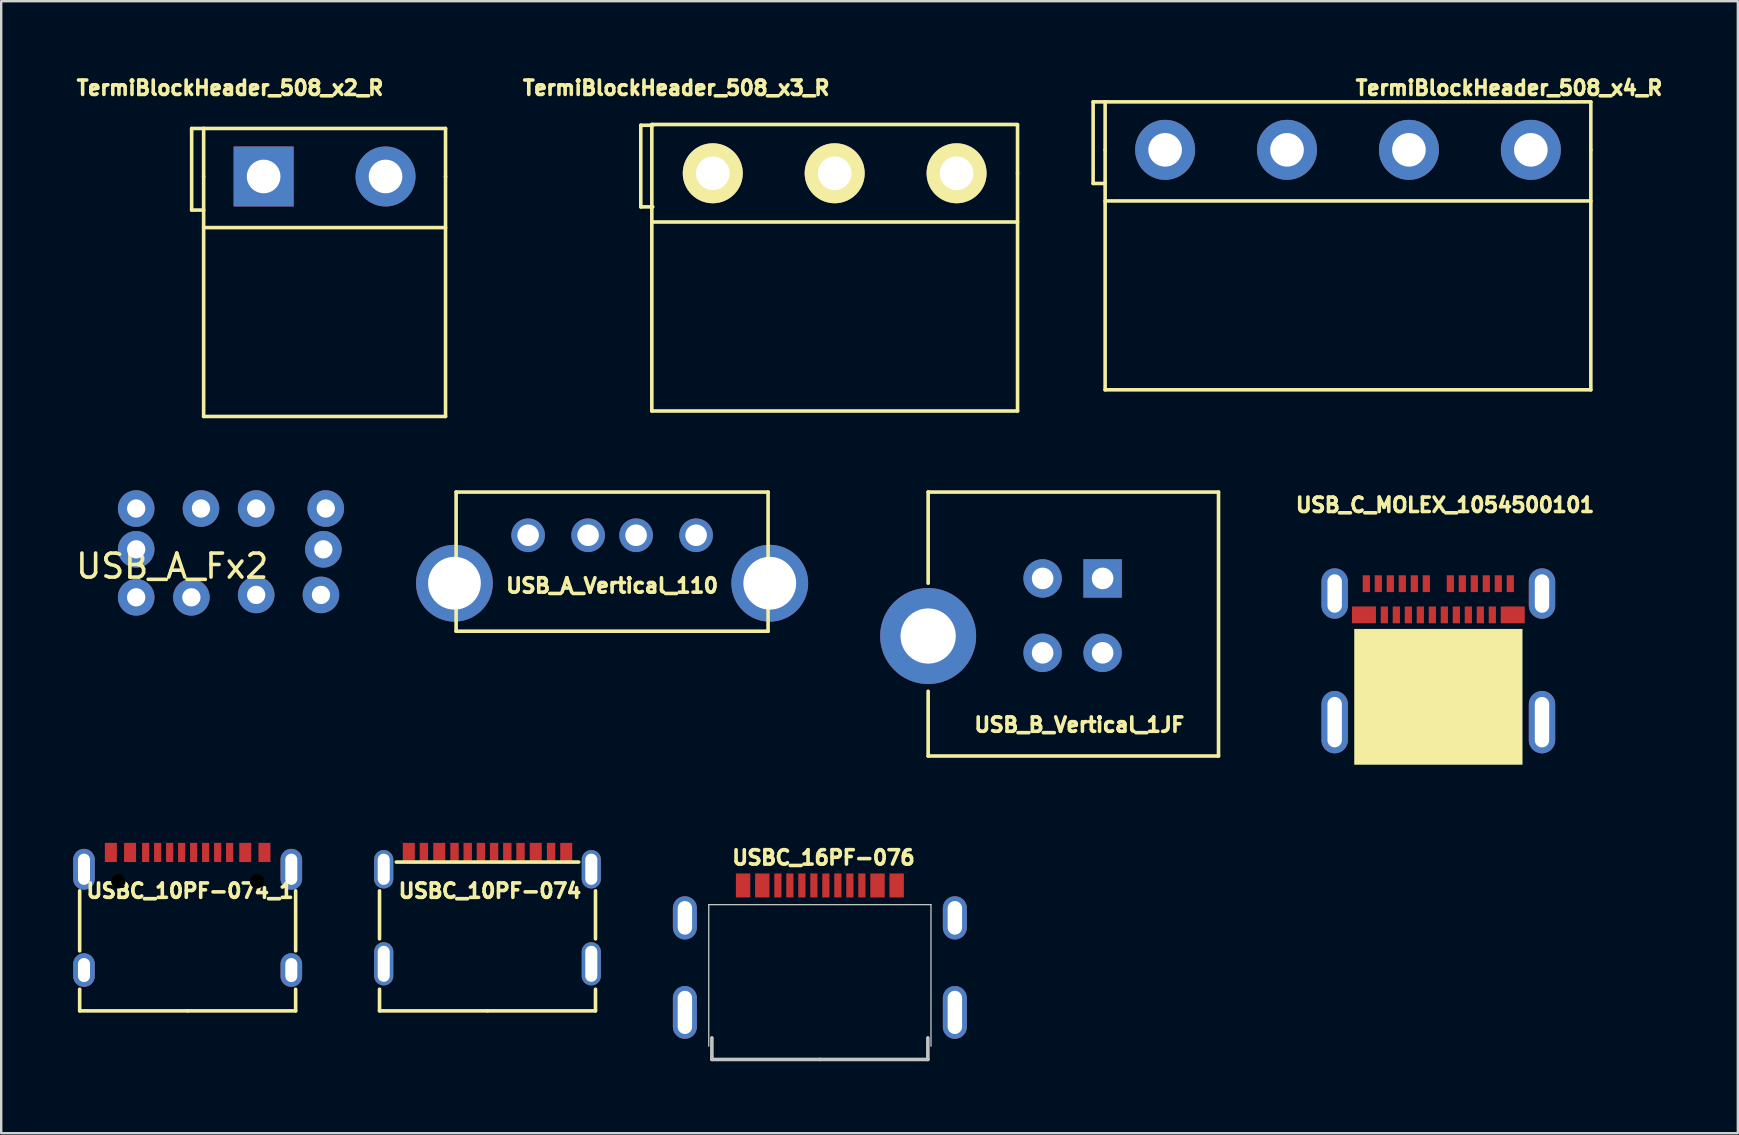
<source format=kicad_pcb>
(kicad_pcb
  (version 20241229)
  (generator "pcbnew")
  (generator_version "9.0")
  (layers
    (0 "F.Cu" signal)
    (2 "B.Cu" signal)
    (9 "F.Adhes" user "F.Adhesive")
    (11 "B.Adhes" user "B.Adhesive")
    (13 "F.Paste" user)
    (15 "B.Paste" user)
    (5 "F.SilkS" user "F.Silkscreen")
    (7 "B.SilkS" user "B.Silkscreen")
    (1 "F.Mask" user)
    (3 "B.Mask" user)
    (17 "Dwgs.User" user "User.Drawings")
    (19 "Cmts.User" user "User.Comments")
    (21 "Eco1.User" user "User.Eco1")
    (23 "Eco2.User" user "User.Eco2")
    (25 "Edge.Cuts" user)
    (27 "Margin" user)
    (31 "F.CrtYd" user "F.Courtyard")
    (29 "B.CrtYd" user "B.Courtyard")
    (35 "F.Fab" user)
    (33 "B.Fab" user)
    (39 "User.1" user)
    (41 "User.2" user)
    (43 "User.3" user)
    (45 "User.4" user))
  (footprint "USBC_10PF-074_1"
    (layer "F.Cu")
    (at 4.77 33.173)
    (property "Reference" "USBC_10PF-074_1" (at 0.1 0.9 0) (unlocked yes) (layer "F.SilkS") (effects (font (size 0.6 0.6) (thickness 0.15))))
    (fp_line (start -4.5 3.4) (end -4.5 0.9) (stroke (width 0.15) (type solid)) (layer "F.SilkS"))
    (fp_line (start -4.5 5.9) (end -4.5 5) (stroke (width 0.15) (type solid)) (layer "F.SilkS"))
    (fp_line (start 0 5.9) (end -4.5 5.9) (stroke (width 0.15) (type solid)) (layer "F.SilkS"))
    (fp_line (start 4.5 3.4) (end 4.5 0.9) (stroke (width 0.15) (type solid)) (layer "F.SilkS"))
    (fp_line (start 4.5 5.9) (end 0 5.9) (stroke (width 0.15) (type solid)) (layer "F.SilkS"))
    (fp_line (start 4.5 5.9) (end 4.5 5) (stroke (width 0.15) (type solid)) (layer "F.SilkS"))
    (pad "" np_thru_hole circle (at -2.89 0.5) (size 1 1) (drill 0.6) (layers "*.Mask"))
    (pad "" np_thru_hole circle (at 2.89 0.5) (size 1 1) (drill 0.6) (layers "*.Mask"))
    (pad "A1B12" smd rect (at -3.2 -0.7) (size 0.5 0.8) (layers "F.Cu" "F.Mask" "F.Paste"))
    (pad "A4B9" smd rect (at -2.4 -0.7) (size 0.5 0.8) (layers "F.Cu" "F.Mask" "F.Paste"))
    (pad "A5" smd rect (at -1.25 -0.7) (size 0.3 0.8) (layers "F.Cu" "F.Mask" "F.Paste"))
    (pad "A6" smd rect (at -0.25 -0.7) (size 0.3 0.8) (layers "F.Cu" "F.Mask" "F.Paste"))
    (pad "A7" smd rect (at 0.25 -0.7) (size 0.3 0.8) (layers "F.Cu" "F.Mask" "F.Paste"))
    (pad "A8" smd rect (at 1.25 -0.7) (size 0.3 0.8) (layers "F.Cu" "F.Mask" "F.Paste"))
    (pad "B1A12" smd rect (at 3.2 -0.7) (size 0.5 0.8) (layers "F.Cu" "F.Mask" "F.Paste"))
    (pad "B4A9" smd rect (at 2.4 -0.7) (size 0.5 0.8) (layers "F.Cu" "F.Mask" "F.Paste"))
    (pad "B5" smd rect (at 1.75 -0.7) (size 0.3 0.8) (layers "F.Cu" "F.Mask" "F.Paste"))
    (pad "B6" smd rect (at 0.75 -0.7) (size 0.3 0.8) (layers "F.Cu" "F.Mask" "F.Paste"))
    (pad "B7" smd rect (at -0.75 -0.7) (size 0.3 0.8) (layers "F.Cu" "F.Mask" "F.Paste"))
    (pad "B8" smd rect (at -1.75 -0.7) (size 0.3 0.8) (layers "F.Cu" "F.Mask" "F.Paste"))
    (pad "SHLD1" thru_hole oval (at -4.32 4.2) (size 0.9 1.4) (drill oval 0.5 1) (layers "*.Cu" "*.Mask"))
    (pad "SHLD2" thru_hole oval (at -4.32 0) (size 0.9 1.7) (drill oval 0.5 1.3) (layers "*.Cu" "*.Mask"))
    (pad "SHLD3" thru_hole oval (at 4.32 0) (size 0.9 1.7) (drill oval 0.5 1.3) (layers "*.Cu" "*.Mask"))
    (pad "SHLD4" thru_hole oval (at 4.32 4.2) (size 0.9 1.4) (drill oval 0.5 1) (layers "*.Cu" "*.Mask")))
  (footprint "TermiBlockHeader_508_x3_R"
    (layer "F.Cu")
    (at 34.272 4.17)
    (property "Reference" "TermiBlockHeader_508_x3_R" (at -9.144 -3.556 0) (layer "F.SilkS") (effects (font (size 0.6 0.6) (thickness 0.15))))
    (attr through_hole)
    (fp_line (start -10.62 -2) (end -10.62 1.4) (stroke (width 0.15) (type solid)) (layer "F.SilkS"))
    (fp_line (start -10.62 1.4) (end -10.12 1.4) (stroke (width 0.15) (type solid)) (layer "F.SilkS"))
    (fp_line (start -10.16 -2.032) (end 5.08 -2.032) (stroke (width 0.15) (type solid)) (layer "F.SilkS"))
    (fp_line (start -10.16 9.906) (end -10.16 -2.032) (stroke (width 0.15) (type solid)) (layer "F.SilkS"))
    (fp_line (start -10.12 -2) (end -10.62 -2) (stroke (width 0.15) (type solid)) (layer "F.SilkS"))
    (fp_line (start 5.08 -2) (end 5.08 0) (stroke (width 0.15) (type solid)) (layer "F.SilkS"))
    (fp_line (start 5.08 2.032) (end -10.16 2.032) (stroke (width 0.15) (type solid)) (layer "F.SilkS"))
    (fp_line (start 5.08 9.906) (end -10.16 9.906) (stroke (width 0.15) (type solid)) (layer "F.SilkS"))
    (fp_line (start 5.08 9.906) (end 5.08 0) (stroke (width 0.15) (type solid)) (layer "F.SilkS"))
    (pad "1" thru_hole circle (at -7.62 0) (size 2.5 2.5) (drill 1.4) (layers "*.Cu" "*.Mask" "F.SilkS"))
    (pad "2" thru_hole circle (at -2.54 0) (size 2.5 2.5) (drill 1.4) (layers "*.Cu" "*.Mask" "F.SilkS"))
    (pad "3" thru_hole circle (at 2.54 0) (size 2.5 2.5) (drill 1.4) (layers "*.Cu" "*.Mask" "F.SilkS")))
  (footprint "USB_A_Vertical_110"
    (layer "F.Cu")
    (at 22.457 21.254)
    (property "Reference" "USB_A_Vertical_110" (at 0 0.1 0) (layer "F.SilkS") (effects (font (size 0.6 0.6) (thickness 0.15))))
    (attr through_hole)
    (fp_line (start -6.5 -3.8) (end 6.5 -3.8) (stroke (width 0.15) (type solid)) (layer "F.SilkS"))
    (fp_line (start -6.5 2) (end -6.5 -3.8) (stroke (width 0.15) (type solid)) (layer "F.SilkS"))
    (fp_line (start 6.5 -3.8) (end 6.5 2) (stroke (width 0.15) (type solid)) (layer "F.SilkS"))
    (fp_line (start 6.5 2) (end -6.5 2) (stroke (width 0.15) (type solid)) (layer "F.SilkS"))
    (pad "1" thru_hole circle (at -3.5 -2) (size 1.4 1.4) (drill 0.9) (layers "*.Cu" "*.Mask"))
    (pad "2" thru_hole circle (at -1 -2) (size 1.4 1.4) (drill 0.9) (layers "*.Cu" "*.Mask"))
    (pad "3" thru_hole circle (at 1 -2) (size 1.4 1.4) (drill 0.9) (layers "*.Cu" "*.Mask"))
    (pad "4" thru_hole circle (at 3.5 -2) (size 1.4 1.4) (drill 0.9) (layers "*.Cu" "*.Mask"))
    (pad "SHLD" thru_hole circle (at -6.57 0) (size 3.2 3.2) (drill 2.2) (layers "*.Cu" "*.Mask"))
    (pad "SHLD" thru_hole circle (at 6.57 0) (size 3.2 3.2) (drill 2.2) (layers "*.Cu" "*.Mask")))
  (footprint "USBC_10PF-074"
    (layer "F.Cu")
    (at 17.265 33.173)
    (property "Reference" "USBC_10PF-074" (at 0.1 0.9 0) (unlocked yes) (layer "F.SilkS") (effects (font (size 0.6 0.6) (thickness 0.15))))
    (fp_line (start -4.5 2.9) (end -4.5 0.9) (stroke (width 0.15) (type solid)) (layer "F.SilkS"))
    (fp_line (start -4.5 5.9) (end -4.5 5) (stroke (width 0.15) (type solid)) (layer "F.SilkS"))
    (fp_line (start -3.8 -0.3) (end 3.8 -0.3) (stroke (width 0.15) (type solid)) (layer "F.SilkS"))
    (fp_line (start 0 5.9) (end -4.5 5.9) (stroke (width 0.15) (type solid)) (layer "F.SilkS"))
    (fp_line (start 4.5 2.9) (end 4.5 0.9) (stroke (width 0.15) (type solid)) (layer "F.SilkS"))
    (fp_line (start 4.5 5.9) (end 0 5.9) (stroke (width 0.15) (type solid)) (layer "F.SilkS"))
    (fp_line (start 4.5 5.9) (end 4.5 5) (stroke (width 0.15) (type solid)) (layer "F.SilkS"))
    (pad "A1B12" smd rect (at -3.28 -0.7) (size 0.5 0.8) (layers "F.Cu" "F.Mask" "F.Paste"))
    (pad "A4B9" smd rect (at -2.01 -0.7) (size 0.5 0.8) (layers "F.Cu" "F.Mask" "F.Paste"))
    (pad "A5" smd rect (at -2.65 -0.7) (size 0.35 0.8) (layers "F.Cu" "F.Mask" "F.Paste"))
    (pad "A6" smd rect (at -1.375 -0.7) (size 0.35 0.8) (layers "F.Cu" "F.Mask" "F.Paste"))
    (pad "A7" smd rect (at 1.375 -0.7) (size 0.35 0.8) (layers "F.Cu" "F.Mask" "F.Paste"))
    (pad "A8" smd rect (at 2.65 -0.7) (size 0.35 0.8) (layers "F.Cu" "F.Mask" "F.Paste"))
    (pad "B1A12" smd rect (at 3.28 -0.7) (size 0.5 0.8) (layers "F.Cu" "F.Mask" "F.Paste"))
    (pad "B4A9" smd rect (at 2.01 -0.7) (size 0.5 0.8) (layers "F.Cu" "F.Mask" "F.Paste"))
    (pad "B5" smd rect (at 0.825 -0.7) (size 0.35 0.8) (layers "F.Cu" "F.Mask" "F.Paste"))
    (pad "B6" smd rect (at 0.275 -0.7) (size 0.35 0.8) (layers "F.Cu" "F.Mask" "F.Paste"))
    (pad "B7" smd rect (at -0.275 -0.7) (size 0.35 0.8) (layers "F.Cu" "F.Mask" "F.Paste"))
    (pad "B8" smd rect (at -0.825 -0.7) (size 0.35 0.8) (layers "F.Cu" "F.Mask" "F.Paste"))
    (pad "SHLD1" thru_hole oval (at -4.325 3.94) (size 0.8 1.8) (drill oval 0.5 1.5) (layers "*.Cu" "*.Mask"))
    (pad "SHLD2" thru_hole oval (at -4.325 0) (size 0.8 1.6) (drill oval 0.5 1.3) (layers "*.Cu" "*.Mask"))
    (pad "SHLD3" thru_hole oval (at 4.325 0) (size 0.8 1.6) (drill oval 0.5 1.3) (layers "*.Cu" "*.Mask"))
    (pad "SHLD4" thru_hole oval (at 4.325 3.94) (size 0.8 1.8) (drill oval 0.5 1.5) (layers "*.Cu" "*.Mask")))
  (footprint "USB_B_Vertical_1JF"
    (layer "F.Cu")
    (at 35.627 23.454)
    (property "Reference" "USB_B_Vertical_1JF" (at 6.3 3.7 0) (layer "F.SilkS") (effects (font (size 0.6 0.6) (thickness 0.15))))
    (attr through_hole)
    (fp_line (start 0 -6) (end 12.1 -6) (stroke (width 0.15) (type solid)) (layer "F.SilkS"))
    (fp_line (start 0 -2.2) (end 0 -6) (stroke (width 0.15) (type solid)) (layer "F.SilkS"))
    (fp_line (start 0 2.3) (end 0 5) (stroke (width 0.15) (type solid)) (layer "F.SilkS"))
    (fp_line (start 0 5) (end 12.1 5) (stroke (width 0.15) (type solid)) (layer "F.SilkS"))
    (fp_line (start 12.1 -6) (end 12.1 5) (stroke (width 0.15) (type solid)) (layer "F.SilkS"))
    (pad "1" thru_hole rect (at 7.27 -2.4) (size 1.6 1.6) (drill 0.9) (layers "*.Cu" "*.Mask"))
    (pad "2" thru_hole circle (at 4.77 -2.4) (size 1.6 1.6) (drill 0.9) (layers "*.Cu" "*.Mask"))
    (pad "3" thru_hole circle (at 4.77 0.7) (size 1.6 1.6) (drill 0.9) (layers "*.Cu" "*.Mask"))
    (pad "4" thru_hole circle (at 7.27 0.7) (size 1.6 1.6) (drill 0.9) (layers "*.Cu" "*.Mask"))
    (pad "SHLD" thru_hole circle (at 0 0) (size 4 4) (drill 2.3) (layers "*.Cu" "*.Mask")))
  (footprint "TermiBlockHeader_508_x4_R"
    (layer "F.Cu")
    (at 53.122 3.194)
    (property "Reference" "TermiBlockHeader_508_x4_R" (at 6.71 -2.58 0) (layer "F.SilkS") (effects (font (size 0.6 0.6) (thickness 0.15))))
    (attr through_hole)
    (fp_line (start -10.62 -2) (end -10.62 1.4) (stroke (width 0.15) (type solid)) (layer "F.SilkS"))
    (fp_line (start -10.62 1.4) (end -10.12 1.4) (stroke (width 0.15) (type solid)) (layer "F.SilkS"))
    (fp_line (start -10.12 -2) (end -10.62 -2) (stroke (width 0.15) (type solid)) (layer "F.SilkS"))
    (fp_line (start -10.12 -2) (end 10.12 -2) (stroke (width 0.15) (type solid)) (layer "F.SilkS"))
    (fp_line (start -10.12 0) (end -10.12 -2) (stroke (width 0.15) (type solid)) (layer "F.SilkS"))
    (fp_line (start -10.12 0) (end -10.12 10) (stroke (width 0.15) (type solid)) (layer "F.SilkS"))
    (fp_line (start -10.12 2.13) (end 10.12 2.13) (stroke (width 0.15) (type solid)) (layer "F.SilkS"))
    (fp_line (start -10.12 10) (end 10.12 10) (stroke (width 0.15) (type solid)) (layer "F.SilkS"))
    (fp_line (start 10.12 -2) (end 10.12 0) (stroke (width 0.15) (type solid)) (layer "F.SilkS"))
    (fp_line (start 10.12 10) (end 10.12 0) (stroke (width 0.15) (type solid)) (layer "F.SilkS"))
    (pad "1" thru_hole circle (at -7.62 0) (size 2.5 2.5) (drill 1.4) (layers "*.Cu" "*.Mask"))
    (pad "2" thru_hole circle (at -2.54 0) (size 2.5 2.5) (drill 1.4) (layers "*.Cu" "*.Mask"))
    (pad "3" thru_hole circle (at 2.54 0) (size 2.5 2.5) (drill 1.4) (layers "*.Cu" "*.Mask"))
    (pad "4" thru_hole circle (at 7.62 0) (size 2.5 2.5) (drill 1.4) (layers "*.Cu" "*.Mask")))
  (footprint "TermiBlockHeader_508_x2_R"
    (layer "F.Cu")
    (at 10.476 4.304)
    (property "Reference" "TermiBlockHeader_508_x2_R" (at -3.94 -3.69 0) (layer "F.SilkS") (effects (font (size 0.6 0.6) (thickness 0.15))))
    (attr through_hole)
    (fp_line (start -5.54 -2) (end -5.54 1.4) (stroke (width 0.15) (type solid)) (layer "F.SilkS"))
    (fp_line (start -5.54 1.4) (end -5.04 1.4) (stroke (width 0.15) (type solid)) (layer "F.SilkS"))
    (fp_line (start -5.04 -2) (end -5.54 -2) (stroke (width 0.15) (type solid)) (layer "F.SilkS"))
    (fp_line (start -5.04 -2) (end 5.04 -2) (stroke (width 0.15) (type solid)) (layer "F.SilkS"))
    (fp_line (start -5.04 0) (end -5.04 -2) (stroke (width 0.15) (type solid)) (layer "F.SilkS"))
    (fp_line (start -5.04 0) (end -5.04 10) (stroke (width 0.15) (type solid)) (layer "F.SilkS"))
    (fp_line (start -5.04 2.13) (end 5.04 2.13) (stroke (width 0.15) (type solid)) (layer "F.SilkS"))
    (fp_line (start -5.04 10) (end 5.04 10) (stroke (width 0.15) (type solid)) (layer "F.SilkS"))
    (fp_line (start 5.04 -2) (end 5.04 0) (stroke (width 0.15) (type solid)) (layer "F.SilkS"))
    (fp_line (start 5.04 10) (end 5.04 0) (stroke (width 0.15) (type solid)) (layer "F.SilkS"))
    (pad "1" thru_hole rect (at -2.54 0) (size 2.5 2.5) (drill 1.4) (layers "*.Cu" "*.Mask"))
    (pad "2" thru_hole circle (at 2.54 0) (size 2.5 2.5) (drill 1.4) (layers "*.Cu" "*.Mask")))
  (footprint "USB_C_MOLEX_1054500101"
    (layer "F.Cu")
    (at 56.887 28.823)
    (property "Reference" "USB_C_MOLEX_1054500101" (at 0.28 -10.83 0) (unlocked yes) (layer "F.SilkS") (effects (font (size 0.6 0.6) (thickness 0.15))))
    (attr through_hole)
    (fp_poly (pts (xy -3.5 -0.01) (xy -3.5 -5.66) (xy 3.5 -5.66) (xy 3.5 -0.01)) (stroke (width 0.01) (type solid)) (fill yes) (layer "F.SilkS"))
    (pad "A1" smd rect (at -3 -7.55) (size 0.3 0.7) (layers "F.Cu" "F.Mask" "F.Paste"))
    (pad "A2" smd rect (at -2.5 -7.55) (size 0.3 0.7) (layers "F.Cu" "F.Mask" "F.Paste"))
    (pad "A3" smd rect (at -2 -7.55) (size 0.3 0.7) (layers "F.Cu" "F.Mask" "F.Paste"))
    (pad "A4" smd rect (at -1.5 -7.55) (size 0.3 0.7) (layers "F.Cu" "F.Mask" "F.Paste"))
    (pad "A5" smd rect (at -1 -7.55) (size 0.3 0.7) (layers "F.Cu" "F.Mask" "F.Paste"))
    (pad "A6" smd rect (at -0.5 -7.55) (size 0.3 0.7) (layers "F.Cu" "F.Mask" "F.Paste"))
    (pad "A7" smd rect (at 0.5 -7.55) (size 0.3 0.7) (layers "F.Cu" "F.Mask" "F.Paste"))
    (pad "A8" smd rect (at 1 -7.55) (size 0.3 0.7) (layers "F.Cu" "F.Mask" "F.Paste"))
    (pad "A9" smd rect (at 1.5 -7.55) (size 0.3 0.7) (layers "F.Cu" "F.Mask" "F.Paste"))
    (pad "A10" smd rect (at 2 -7.55) (size 0.3 0.7) (layers "F.Cu" "F.Mask" "F.Paste"))
    (pad "A11" smd rect (at 2.5 -7.55) (size 0.3 0.7) (layers "F.Cu" "F.Mask" "F.Paste"))
    (pad "A12" smd rect (at 3 -7.55) (size 0.3 0.7) (layers "F.Cu" "F.Mask" "F.Paste"))
    (pad "B1" smd rect (at 3.1 -6.25) (size 1 0.7) (layers "F.Cu" "F.Mask" "F.Paste"))
    (pad "B2" smd rect (at 2.25 -6.25) (size 0.3 0.7) (layers "F.Cu" "F.Mask" "F.Paste"))
    (pad "B3" smd rect (at 1.75 -6.25) (size 0.3 0.7) (layers "F.Cu" "F.Mask" "F.Paste"))
    (pad "B4" smd rect (at 1.25 -6.25) (size 0.3 0.7) (layers "F.Cu" "F.Mask" "F.Paste"))
    (pad "B5" smd rect (at 0.75 -6.25) (size 0.3 0.7) (layers "F.Cu" "F.Mask" "F.Paste"))
    (pad "B6" smd rect (at 0.25 -6.25) (size 0.3 0.7) (layers "F.Cu" "F.Mask" "F.Paste"))
    (pad "B7" smd rect (at -0.25 -6.25) (size 0.3 0.7) (layers "F.Cu" "F.Mask" "F.Paste"))
    (pad "B8" smd rect (at -0.75 -6.25) (size 0.3 0.7) (layers "F.Cu" "F.Mask" "F.Paste"))
    (pad "B9" smd rect (at -1.25 -6.25) (size 0.3 0.7) (layers "F.Cu" "F.Mask" "F.Paste"))
    (pad "B10" smd rect (at -1.75 -6.25) (size 0.3 0.7) (layers "F.Cu" "F.Mask" "F.Paste"))
    (pad "B11" smd rect (at -2.25 -6.25) (size 0.3 0.7) (layers "F.Cu" "F.Mask" "F.Paste"))
    (pad "B12" smd rect (at -3.1 -6.25) (size 1 0.7) (layers "F.Cu" "F.Mask" "F.Paste"))
    (pad "S1" thru_hole oval (at -4.32 -1.78) (size 1.1 2.6) (drill oval 0.6 2.1) (layers "*.Cu" "*.Mask"))
    (pad "S2" thru_hole oval (at 4.32 -1.78) (size 1.1 2.6) (drill oval 0.6 2.1) (layers "*.Cu" "*.Mask"))
    (pad "S3" thru_hole oval (at -4.32 -7.14) (size 1.1 2.1) (drill oval 0.6 1.6) (layers "*.Cu" "*.Mask"))
    (pad "S4" thru_hole oval (at 4.32 -7.14) (size 1.1 2.1) (drill oval 0.6 1.6) (layers "*.Cu" "*.Mask")))
  (footprint "USBC_16PF-076"
    (layer "F.Cu")
    (at 31.115 35.198)
    (property "Reference" "USBC_16PF-076" (at 0.15 -2.51 0) (unlocked yes) (layer "F.SilkS") (effects (font (size 0.6 0.6) (thickness 0.15))))
    (fp_line (start -4.5 5.9) (end -4.5 5) (stroke (width 0.15) (type solid)) (layer "Dwgs.User"))
    (fp_line (start 0 5.9) (end -4.5 5.9) (stroke (width 0.15) (type solid)) (layer "Dwgs.User"))
    (fp_line (start 4.5 5.9) (end 0 5.9) (stroke (width 0.15) (type solid)) (layer "Dwgs.User"))
    (fp_line (start 4.5 5.9) (end 4.5 5) (stroke (width 0.15) (type solid)) (layer "Dwgs.User"))
    (fp_line (start -4.63 -0.55) (end -4.63 5.35) (stroke (width 0.05) (type default)) (layer "Edge.Cuts"))
    (fp_line (start -4.63 -0.55) (end 4.63 -0.55) (stroke (width 0.05) (type default)) (layer "Edge.Cuts"))
    (fp_line (start 4.63 -0.55) (end 4.63 5.35) (stroke (width 0.05) (type default)) (layer "Edge.Cuts"))
    (pad "A1B12" smd rect (at -3.2 -1.35) (size 0.6 1) (layers "F.Cu" "F.Mask" "F.Paste"))
    (pad "A4B9" smd rect (at -2.4 -1.35) (size 0.6 1) (layers "F.Cu" "F.Mask" "F.Paste"))
    (pad "A5" smd rect (at -1.25 -1.35) (size 0.3 1) (layers "F.Cu" "F.Mask" "F.Paste"))
    (pad "A6" smd rect (at -0.25 -1.35) (size 0.3 1) (layers "F.Cu" "F.Mask" "F.Paste"))
    (pad "A7" smd rect (at 0.25 -1.35) (size 0.3 1) (layers "F.Cu" "F.Mask" "F.Paste"))
    (pad "A8" smd rect (at 1.25 -1.35) (size 0.3 1) (layers "F.Cu" "F.Mask" "F.Paste"))
    (pad "B1A12" smd rect (at 3.2 -1.35) (size 0.6 1) (layers "F.Cu" "F.Mask" "F.Paste"))
    (pad "B4A9" smd rect (at 2.4 -1.35) (size 0.6 1) (layers "F.Cu" "F.Mask" "F.Paste"))
    (pad "B5" smd rect (at 1.75 -1.35) (size 0.3 1) (layers "F.Cu" "F.Mask" "F.Paste"))
    (pad "B6" smd rect (at 0.75 -1.35) (size 0.3 1) (layers "F.Cu" "F.Mask" "F.Paste"))
    (pad "B7" smd rect (at -0.75 -1.35) (size 0.3 1) (layers "F.Cu" "F.Mask" "F.Paste"))
    (pad "B8" smd rect (at -1.75 -1.35) (size 0.3 1) (layers "F.Cu" "F.Mask" "F.Paste"))
    (pad "H1" thru_hole oval (at -5.625 3.94) (size 1 2.2) (drill oval 0.6 1.8) (layers "*.Cu" "*.Mask"))
    (pad "H2" thru_hole oval (at -5.625 0) (size 1 1.8) (drill oval 0.6 1.4) (layers "*.Cu" "*.Mask"))
    (pad "H3" thru_hole oval (at 5.625 0) (size 1 1.8) (drill oval 0.6 1.4) (layers "*.Cu" "*.Mask"))
    (pad "H4" thru_hole oval (at 5.625 3.94) (size 1 2.2) (drill oval 0.6 1.8) (layers "*.Cu" "*.Mask")))
  (footprint "USB_A_Fx2"
    (layer "F.Cu")
    (at 6.525 20.041)
    (property "Reference" "USB_A_Fx2" (at -2.4 0.5 0) (layer "F.SilkS") (effects (font (size 1 1) (thickness 0.15))))
    (attr through_hole)
    (pad "1" thru_hole circle (at -3.9 -1.9) (size 1.524 1.524) (drill 0.762) (layers "*.Cu" "*.Mask"))
    (pad "2" thru_hole circle (at -1.2 -1.9) (size 1.524 1.524) (drill 0.762) (layers "*.Cu" "*.Mask"))
    (pad "3" thru_hole circle (at 1.1 -1.9) (size 1.524 1.524) (drill 0.762) (layers "*.Cu" "*.Mask"))
    (pad "4" thru_hole circle (at 4 -1.9) (size 1.524 1.524) (drill 0.762) (layers "*.Cu" "*.Mask"))
    (pad "5" thru_hole circle (at -3.9 1.8) (size 1.524 1.524) (drill 0.762) (layers "*.Cu" "*.Mask"))
    (pad "6" thru_hole circle (at -1.6 1.8) (size 1.524 1.524) (drill 0.762) (layers "*.Cu" "*.Mask"))
    (pad "7" thru_hole circle (at 1.1 1.7) (size 1.524 1.524) (drill 0.762) (layers "*.Cu" "*.Mask"))
    (pad "8" thru_hole circle (at 3.8 1.7) (size 1.524 1.524) (drill 0.762) (layers "*.Cu" "*.Mask"))
    (pad "9" thru_hole circle (at -3.9 -0.2) (size 1.524 1.524) (drill 0.762) (layers "*.Cu" "*.Mask"))
    (pad "10" thru_hole circle (at 3.9 -0.2) (size 1.524 1.524) (drill 0.762) (layers "*.Cu" "*.Mask")))
  (gr_rect
    (start -3 -3)
    (end 69.368 44.173)
    (stroke (width 0.1) (type default))
    (fill no)
    (layer "Edge.Cuts")))
</source>
